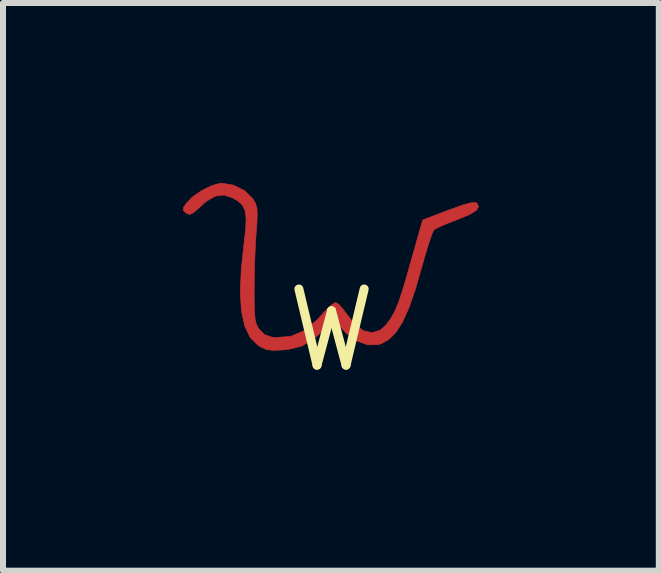
<source format=kicad_pcb>
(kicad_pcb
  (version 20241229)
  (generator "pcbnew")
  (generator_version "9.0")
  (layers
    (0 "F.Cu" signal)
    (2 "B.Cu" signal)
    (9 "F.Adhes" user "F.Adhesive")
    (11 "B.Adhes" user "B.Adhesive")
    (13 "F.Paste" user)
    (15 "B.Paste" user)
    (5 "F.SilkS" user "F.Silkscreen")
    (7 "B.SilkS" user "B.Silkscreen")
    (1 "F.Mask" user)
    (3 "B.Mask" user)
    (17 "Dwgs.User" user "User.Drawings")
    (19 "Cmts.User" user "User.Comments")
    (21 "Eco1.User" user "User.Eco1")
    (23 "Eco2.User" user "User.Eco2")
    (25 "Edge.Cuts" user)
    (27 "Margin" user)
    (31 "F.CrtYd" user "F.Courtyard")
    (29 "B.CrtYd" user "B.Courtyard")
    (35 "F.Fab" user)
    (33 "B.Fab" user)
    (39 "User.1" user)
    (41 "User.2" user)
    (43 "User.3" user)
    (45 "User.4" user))
  (footprint "W"
    (layer "F.Cu")
    (at 2.479 2.46)
    (property "Reference" "W" (at 0 0 0) (layer "F.SilkS") (effects (font (size 1.27 1.27) (thickness 0.15))))
    (attr through_hole)
    (fp_poly (pts (xy -1.631 -2.421) (xy -1.448 -2.329) (xy -1.312 -2.195) (xy -1.304 -2.184) (xy -1.266 -2.113) (xy -1.244 -2.039) (xy -1.238 -1.938) (xy -1.244 -1.79) (xy -1.255 -1.651) (xy -1.269 -1.443) (xy -1.28 -1.185) (xy -1.287 -0.912) (xy -1.29 -0.691) (xy -1.289 -0.459) (xy -1.284 -0.295) (xy -1.273 -0.182) (xy -1.254 -0.104) (xy -1.224 -0.044) (xy -1.202 -0.014) (xy -1.116 0.071) (xy -1.003 0.111) (xy -0.93 0.119) (xy -0.682 0.1) (xy -0.454 0.003) (xy -0.241 -0.175) (xy -0.186 -0.236) (xy -0.081 -0.35) (xy 0.009 -0.432) (xy 0.066 -0.466) (xy 0.068 -0.466) (xy 0.124 -0.433) (xy 0.197 -0.349) (xy 0.23 -0.302) (xy 0.377 -0.111) (xy 0.527 0.003) (xy 0.674 0.039) (xy 0.814 -0.005) (xy 0.908 -0.09) (xy 0.989 -0.199) (xy 1.059 -0.327) (xy 1.126 -0.491) (xy 1.197 -0.708) (xy 1.256 -0.91) (xy 1.315 -1.121) (xy 1.378 -1.34) (xy 1.431 -1.529) (xy 1.442 -1.567) (xy 1.521 -1.842) (xy 1.95 -2.005) (xy 2.168 -2.084) (xy 2.316 -2.126) (xy 2.401 -2.134) (xy 2.422 -2.124) (xy 2.453 -2.066) (xy 2.42 -2.006) (xy 2.317 -1.94) (xy 2.139 -1.864) (xy 2.09 -1.845) (xy 1.93 -1.783) (xy 1.799 -1.726) (xy 1.719 -1.684) (xy 1.709 -1.676) (xy 1.68 -1.62) (xy 1.637 -1.498) (xy 1.583 -1.327) (xy 1.524 -1.124) (xy 1.507 -1.063) (xy 1.397 -0.681) (xy 1.291 -0.376) (xy 1.185 -0.141) (xy 1.075 0.032) (xy 0.957 0.151) (xy 0.828 0.223) (xy 0.776 0.238) (xy 0.602 0.241) (xy 0.419 0.175) (xy 0.246 0.048) (xy 0.193 -0.009) (xy 0.042 -0.186) (xy -0.128 -0.009) (xy -0.313 0.158) (xy -0.496 0.261) (xy -0.709 0.315) (xy -0.824 0.327) (xy -0.981 0.333) (xy -1.09 0.318) (xy -1.186 0.274) (xy -1.228 0.247) (xy -1.356 0.119) (xy -1.447 -0.069) (xy -1.502 -0.319) (xy -1.522 -0.636) (xy -1.505 -1.023) (xy -1.461 -1.437) (xy -1.432 -1.688) (xy -1.425 -1.872) (xy -1.443 -2.002) (xy -1.49 -2.095) (xy -1.57 -2.165) (xy -1.656 -2.213) (xy -1.801 -2.258) (xy -1.94 -2.239) (xy -2.087 -2.153) (xy -2.203 -2.05) (xy -2.299 -1.965) (xy -2.361 -1.934) (xy -2.414 -1.949) (xy -2.426 -1.958) (xy -2.474 -2.002) (xy -2.468 -2.051) (xy -2.429 -2.111) (xy -2.32 -2.224) (xy -2.167 -2.331) (xy -2.003 -2.413) (xy -1.856 -2.454) (xy -1.829 -2.455) (xy -1.631 -2.421)) (stroke (width 0.01) (type solid)) (fill yes) (layer "F.Cu")))
  (gr_rect
    (start -3 -3)
    (end 7.937 6.467)
    (stroke (width 0.1) (type default))
    (fill no)
    (layer "Edge.Cuts")))
</source>
